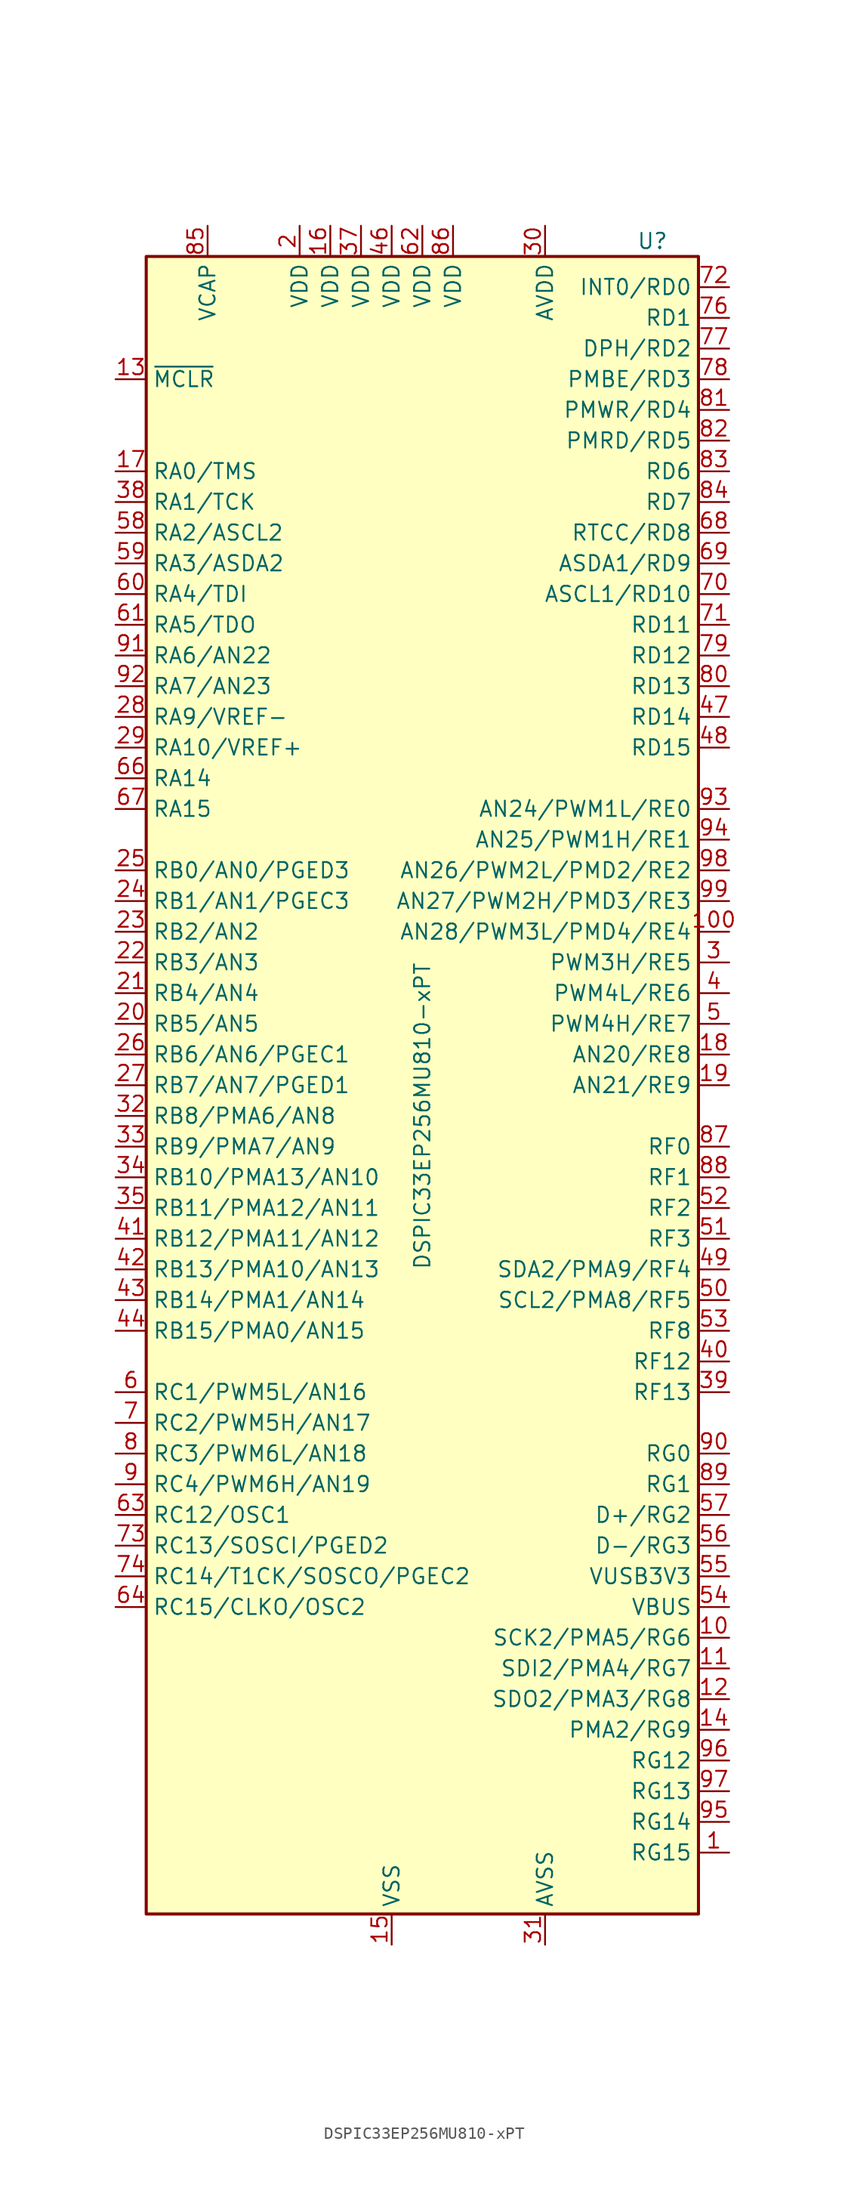
<source format=kicad_sym>
(kicad_symbol_lib
  (version 20211014)
  (generator kicad_symbol_editor)
  (symbol "DSPIC33EP256MU810-xPT"
    (property "Reference" "U"
      (at 19.05 69.85 0)
      (effects (font (size 1.27 1.27))))
    (property "Value" "DSPIC33EP256MU810-xPT"
      (at 0 -2.54 90)
      (effects (font (size 1.27 1.27))))
    (symbol "DSPIC33EP256MU810-xPT_0_1"
      (rectangle (start -22.86 68.58) (end 22.86 -68.58) (stroke (width 0.254) (type default) (color 0 0 0 0)) (fill (type background))))
    (symbol "DSPIC33EP256MU810-xPT_1_1"
      (pin bidirectional line (at 25.4 -63.5 180) (length 2.54) (name "RG15" (effects (font (size 1.27 1.27)))) (number "1" (effects (font (size 1.27 1.27)))))
      (pin bidirectional line (at 25.4 -45.72 180) (length 2.54) (name "SCK2/PMA5/RG6" (effects (font (size 1.27 1.27)))) (number "10" (effects (font (size 1.27 1.27)))))
      (pin bidirectional line (at 25.4 12.7 180) (length 2.54) (name "AN28/PWM3L/PMD4/RE4" (effects (font (size 1.27 1.27)))) (number "100" (effects (font (size 1.27 1.27)))))
      (pin bidirectional line (at 25.4 -48.26 180) (length 2.54) (name "SDI2/PMA4/RG7" (effects (font (size 1.27 1.27)))) (number "11" (effects (font (size 1.27 1.27)))))
      (pin bidirectional line (at 25.4 -50.8 180) (length 2.54) (name "SDO2/PMA3/RG8" (effects (font (size 1.27 1.27)))) (number "12" (effects (font (size 1.27 1.27)))))
      (pin input line (at -25.4 58.42 0) (length 2.54) (name "~{MCLR}" (effects (font (size 1.27 1.27)))) (number "13" (effects (font (size 1.27 1.27)))))
      (pin bidirectional line (at 25.4 -53.34 180) (length 2.54) (name "PMA2/RG9" (effects (font (size 1.27 1.27)))) (number "14" (effects (font (size 1.27 1.27)))))
      (pin power_in line (at -2.54 -71.12 90) (length 2.54) (name "VSS" (effects (font (size 1.27 1.27)))) (number "15" (effects (font (size 1.27 1.27)))))
      (pin power_in line (at -7.62 71.12 270) (length 2.54) (name "VDD" (effects (font (size 1.27 1.27)))) (number "16" (effects (font (size 1.27 1.27)))))
      (pin bidirectional line (at -25.4 50.8 0) (length 2.54) (name "RA0/TMS" (effects (font (size 1.27 1.27)))) (number "17" (effects (font (size 1.27 1.27)))))
      (pin bidirectional line (at 25.4 2.54 180) (length 2.54) (name "AN20/RE8" (effects (font (size 1.27 1.27)))) (number "18" (effects (font (size 1.27 1.27)))))
      (pin bidirectional line (at 25.4 0 180) (length 2.54) (name "AN21/RE9" (effects (font (size 1.27 1.27)))) (number "19" (effects (font (size 1.27 1.27)))))
      (pin power_in line (at -10.16 71.12 270) (length 2.54) (name "VDD" (effects (font (size 1.27 1.27)))) (number "2" (effects (font (size 1.27 1.27)))))
      (pin bidirectional line (at -25.4 5.08 0) (length 2.54) (name "RB5/AN5" (effects (font (size 1.27 1.27)))) (number "20" (effects (font (size 1.27 1.27)))))
      (pin bidirectional line (at -25.4 7.62 0) (length 2.54) (name "RB4/AN4" (effects (font (size 1.27 1.27)))) (number "21" (effects (font (size 1.27 1.27)))))
      (pin bidirectional line (at -25.4 10.16 0) (length 2.54) (name "RB3/AN3" (effects (font (size 1.27 1.27)))) (number "22" (effects (font (size 1.27 1.27)))))
      (pin bidirectional line (at -25.4 12.7 0) (length 2.54) (name "RB2/AN2" (effects (font (size 1.27 1.27)))) (number "23" (effects (font (size 1.27 1.27)))))
      (pin bidirectional line (at -25.4 15.24 0) (length 2.54) (name "RB1/AN1/PGEC3" (effects (font (size 1.27 1.27)))) (number "24" (effects (font (size 1.27 1.27)))))
      (pin bidirectional line (at -25.4 17.78 0) (length 2.54) (name "RB0/AN0/PGED3" (effects (font (size 1.27 1.27)))) (number "25" (effects (font (size 1.27 1.27)))))
      (pin bidirectional line (at -25.4 2.54 0) (length 2.54) (name "RB6/AN6/PGEC1" (effects (font (size 1.27 1.27)))) (number "26" (effects (font (size 1.27 1.27)))))
      (pin bidirectional line (at -25.4 0 0) (length 2.54) (name "RB7/AN7/PGED1" (effects (font (size 1.27 1.27)))) (number "27" (effects (font (size 1.27 1.27)))))
      (pin bidirectional line (at -25.4 30.48 0) (length 2.54) (name "RA9/VREF-" (effects (font (size 1.27 1.27)))) (number "28" (effects (font (size 1.27 1.27)))))
      (pin bidirectional line (at -25.4 27.94 0) (length 2.54) (name "RA10/VREF+" (effects (font (size 1.27 1.27)))) (number "29" (effects (font (size 1.27 1.27)))))
      (pin bidirectional line (at 25.4 10.16 180) (length 2.54) (name "PWM3H/RE5" (effects (font (size 1.27 1.27)))) (number "3" (effects (font (size 1.27 1.27)))))
      (pin power_in line (at 10.16 71.12 270) (length 2.54) (name "AVDD" (effects (font (size 1.27 1.27)))) (number "30" (effects (font (size 1.27 1.27)))))
      (pin power_in line (at 10.16 -71.12 90) (length 2.54) (name "AVSS" (effects (font (size 1.27 1.27)))) (number "31" (effects (font (size 1.27 1.27)))))
      (pin bidirectional line (at -25.4 -2.54 0) (length 2.54) (name "RB8/PMA6/AN8" (effects (font (size 1.27 1.27)))) (number "32" (effects (font (size 1.27 1.27)))))
      (pin bidirectional line (at -25.4 -5.08 0) (length 2.54) (name "RB9/PMA7/AN9" (effects (font (size 1.27 1.27)))) (number "33" (effects (font (size 1.27 1.27)))))
      (pin bidirectional line (at -25.4 -7.62 0) (length 2.54) (name "RB10/PMA13/AN10" (effects (font (size 1.27 1.27)))) (number "34" (effects (font (size 1.27 1.27)))))
      (pin bidirectional line (at -25.4 -10.16 0) (length 2.54) (name "RB11/PMA12/AN11" (effects (font (size 1.27 1.27)))) (number "35" (effects (font (size 1.27 1.27)))))
      (pin passive line (at -2.54 -71.12 90) (length 2.54) hide (name "VSS" (effects (font (size 1.27 1.27)))) (number "36" (effects (font (size 1.27 1.27)))))
      (pin power_in line (at -5.08 71.12 270) (length 2.54) (name "VDD" (effects (font (size 1.27 1.27)))) (number "37" (effects (font (size 1.27 1.27)))))
      (pin bidirectional line (at -25.4 48.26 0) (length 2.54) (name "RA1/TCK" (effects (font (size 1.27 1.27)))) (number "38" (effects (font (size 1.27 1.27)))))
      (pin bidirectional line (at 25.4 -25.4 180) (length 2.54) (name "RF13" (effects (font (size 1.27 1.27)))) (number "39" (effects (font (size 1.27 1.27)))))
      (pin bidirectional line (at 25.4 7.62 180) (length 2.54) (name "PWM4L/RE6" (effects (font (size 1.27 1.27)))) (number "4" (effects (font (size 1.27 1.27)))))
      (pin bidirectional line (at 25.4 -22.86 180) (length 2.54) (name "RF12" (effects (font (size 1.27 1.27)))) (number "40" (effects (font (size 1.27 1.27)))))
      (pin bidirectional line (at -25.4 -12.7 0) (length 2.54) (name "RB12/PMA11/AN12" (effects (font (size 1.27 1.27)))) (number "41" (effects (font (size 1.27 1.27)))))
      (pin bidirectional line (at -25.4 -15.24 0) (length 2.54) (name "RB13/PMA10/AN13" (effects (font (size 1.27 1.27)))) (number "42" (effects (font (size 1.27 1.27)))))
      (pin bidirectional line (at -25.4 -17.78 0) (length 2.54) (name "RB14/PMA1/AN14" (effects (font (size 1.27 1.27)))) (number "43" (effects (font (size 1.27 1.27)))))
      (pin bidirectional line (at -25.4 -20.32 0) (length 2.54) (name "RB15/PMA0/AN15" (effects (font (size 1.27 1.27)))) (number "44" (effects (font (size 1.27 1.27)))))
      (pin passive line (at -2.54 -71.12 90) (length 2.54) hide (name "VSS" (effects (font (size 1.27 1.27)))) (number "45" (effects (font (size 1.27 1.27)))))
      (pin power_in line (at -2.54 71.12 270) (length 2.54) (name "VDD" (effects (font (size 1.27 1.27)))) (number "46" (effects (font (size 1.27 1.27)))))
      (pin bidirectional line (at 25.4 30.48 180) (length 2.54) (name "RD14" (effects (font (size 1.27 1.27)))) (number "47" (effects (font (size 1.27 1.27)))))
      (pin bidirectional line (at 25.4 27.94 180) (length 2.54) (name "RD15" (effects (font (size 1.27 1.27)))) (number "48" (effects (font (size 1.27 1.27)))))
      (pin bidirectional line (at 25.4 -15.24 180) (length 2.54) (name "SDA2/PMA9/RF4" (effects (font (size 1.27 1.27)))) (number "49" (effects (font (size 1.27 1.27)))))
      (pin bidirectional line (at 25.4 5.08 180) (length 2.54) (name "PWM4H/RE7" (effects (font (size 1.27 1.27)))) (number "5" (effects (font (size 1.27 1.27)))))
      (pin bidirectional line (at 25.4 -17.78 180) (length 2.54) (name "SCL2/PMA8/RF5" (effects (font (size 1.27 1.27)))) (number "50" (effects (font (size 1.27 1.27)))))
      (pin bidirectional line (at 25.4 -12.7 180) (length 2.54) (name "RF3" (effects (font (size 1.27 1.27)))) (number "51" (effects (font (size 1.27 1.27)))))
      (pin bidirectional line (at 25.4 -10.16 180) (length 2.54) (name "RF2" (effects (font (size 1.27 1.27)))) (number "52" (effects (font (size 1.27 1.27)))))
      (pin bidirectional line (at 25.4 -20.32 180) (length 2.54) (name "RF8" (effects (font (size 1.27 1.27)))) (number "53" (effects (font (size 1.27 1.27)))))
      (pin bidirectional line (at 25.4 -43.18 180) (length 2.54) (name "VBUS" (effects (font (size 1.27 1.27)))) (number "54" (effects (font (size 1.27 1.27)))))
      (pin bidirectional line (at 25.4 -40.64 180) (length 2.54) (name "VUSB3V3" (effects (font (size 1.27 1.27)))) (number "55" (effects (font (size 1.27 1.27)))))
      (pin bidirectional line (at 25.4 -38.1 180) (length 2.54) (name "D-/RG3" (effects (font (size 1.27 1.27)))) (number "56" (effects (font (size 1.27 1.27)))))
      (pin bidirectional line (at 25.4 -35.56 180) (length 2.54) (name "D+/RG2" (effects (font (size 1.27 1.27)))) (number "57" (effects (font (size 1.27 1.27)))))
      (pin bidirectional line (at -25.4 45.72 0) (length 2.54) (name "RA2/ASCL2" (effects (font (size 1.27 1.27)))) (number "58" (effects (font (size 1.27 1.27)))))
      (pin bidirectional line (at -25.4 43.18 0) (length 2.54) (name "RA3/ASDA2" (effects (font (size 1.27 1.27)))) (number "59" (effects (font (size 1.27 1.27)))))
      (pin bidirectional line (at -25.4 -25.4 0) (length 2.54) (name "RC1/PWM5L/AN16" (effects (font (size 1.27 1.27)))) (number "6" (effects (font (size 1.27 1.27)))))
      (pin bidirectional line (at -25.4 40.64 0) (length 2.54) (name "RA4/TDI" (effects (font (size 1.27 1.27)))) (number "60" (effects (font (size 1.27 1.27)))))
      (pin bidirectional line (at -25.4 38.1 0) (length 2.54) (name "RA5/TDO" (effects (font (size 1.27 1.27)))) (number "61" (effects (font (size 1.27 1.27)))))
      (pin power_in line (at 0 71.12 270) (length 2.54) (name "VDD" (effects (font (size 1.27 1.27)))) (number "62" (effects (font (size 1.27 1.27)))))
      (pin bidirectional line (at -25.4 -35.56 0) (length 2.54) (name "RC12/OSC1" (effects (font (size 1.27 1.27)))) (number "63" (effects (font (size 1.27 1.27)))))
      (pin bidirectional line (at -25.4 -43.18 0) (length 2.54) (name "RC15/CLKO/OSC2" (effects (font (size 1.27 1.27)))) (number "64" (effects (font (size 1.27 1.27)))))
      (pin passive line (at -2.54 -71.12 90) (length 2.54) hide (name "VSS" (effects (font (size 1.27 1.27)))) (number "65" (effects (font (size 1.27 1.27)))))
      (pin bidirectional line (at -25.4 25.4 0) (length 2.54) (name "RA14" (effects (font (size 1.27 1.27)))) (number "66" (effects (font (size 1.27 1.27)))))
      (pin bidirectional line (at -25.4 22.86 0) (length 2.54) (name "RA15" (effects (font (size 1.27 1.27)))) (number "67" (effects (font (size 1.27 1.27)))))
      (pin bidirectional line (at 25.4 45.72 180) (length 2.54) (name "RTCC/RD8" (effects (font (size 1.27 1.27)))) (number "68" (effects (font (size 1.27 1.27)))))
      (pin bidirectional line (at 25.4 43.18 180) (length 2.54) (name "ASDA1/RD9" (effects (font (size 1.27 1.27)))) (number "69" (effects (font (size 1.27 1.27)))))
      (pin bidirectional line (at -25.4 -27.94 0) (length 2.54) (name "RC2/PWM5H/AN17" (effects (font (size 1.27 1.27)))) (number "7" (effects (font (size 1.27 1.27)))))
      (pin bidirectional line (at 25.4 40.64 180) (length 2.54) (name "ASCL1/RD10" (effects (font (size 1.27 1.27)))) (number "70" (effects (font (size 1.27 1.27)))))
      (pin bidirectional line (at 25.4 38.1 180) (length 2.54) (name "RD11" (effects (font (size 1.27 1.27)))) (number "71" (effects (font (size 1.27 1.27)))))
      (pin bidirectional line (at 25.4 66.04 180) (length 2.54) (name "INT0/RD0" (effects (font (size 1.27 1.27)))) (number "72" (effects (font (size 1.27 1.27)))))
      (pin bidirectional line (at -25.4 -38.1 0) (length 2.54) (name "RC13/SOSCI/PGED2" (effects (font (size 1.27 1.27)))) (number "73" (effects (font (size 1.27 1.27)))))
      (pin bidirectional line (at -25.4 -40.64 0) (length 2.54) (name "RC14/T1CK/SOSCO/PGEC2" (effects (font (size 1.27 1.27)))) (number "74" (effects (font (size 1.27 1.27)))))
      (pin passive line (at -2.54 -71.12 90) (length 2.54) hide (name "VSS" (effects (font (size 1.27 1.27)))) (number "75" (effects (font (size 1.27 1.27)))))
      (pin bidirectional line (at 25.4 63.5 180) (length 2.54) (name "RD1" (effects (font (size 1.27 1.27)))) (number "76" (effects (font (size 1.27 1.27)))))
      (pin bidirectional line (at 25.4 60.96 180) (length 2.54) (name "DPH/RD2" (effects (font (size 1.27 1.27)))) (number "77" (effects (font (size 1.27 1.27)))))
      (pin bidirectional line (at 25.4 58.42 180) (length 2.54) (name "PMBE/RD3" (effects (font (size 1.27 1.27)))) (number "78" (effects (font (size 1.27 1.27)))))
      (pin bidirectional line (at 25.4 35.56 180) (length 2.54) (name "RD12" (effects (font (size 1.27 1.27)))) (number "79" (effects (font (size 1.27 1.27)))))
      (pin bidirectional line (at -25.4 -30.48 0) (length 2.54) (name "RC3/PWM6L/AN18" (effects (font (size 1.27 1.27)))) (number "8" (effects (font (size 1.27 1.27)))))
      (pin bidirectional line (at 25.4 33.02 180) (length 2.54) (name "RD13" (effects (font (size 1.27 1.27)))) (number "80" (effects (font (size 1.27 1.27)))))
      (pin bidirectional line (at 25.4 55.88 180) (length 2.54) (name "PMWR/RD4" (effects (font (size 1.27 1.27)))) (number "81" (effects (font (size 1.27 1.27)))))
      (pin bidirectional line (at 25.4 53.34 180) (length 2.54) (name "PMRD/RD5" (effects (font (size 1.27 1.27)))) (number "82" (effects (font (size 1.27 1.27)))))
      (pin bidirectional line (at 25.4 50.8 180) (length 2.54) (name "RD6" (effects (font (size 1.27 1.27)))) (number "83" (effects (font (size 1.27 1.27)))))
      (pin bidirectional line (at 25.4 48.26 180) (length 2.54) (name "RD7" (effects (font (size 1.27 1.27)))) (number "84" (effects (font (size 1.27 1.27)))))
      (pin passive line (at -17.78 71.12 270) (length 2.54) (name "VCAP" (effects (font (size 1.27 1.27)))) (number "85" (effects (font (size 1.27 1.27)))))
      (pin power_in line (at 2.54 71.12 270) (length 2.54) (name "VDD" (effects (font (size 1.27 1.27)))) (number "86" (effects (font (size 1.27 1.27)))))
      (pin bidirectional line (at 25.4 -5.08 180) (length 2.54) (name "RF0" (effects (font (size 1.27 1.27)))) (number "87" (effects (font (size 1.27 1.27)))))
      (pin bidirectional line (at 25.4 -7.62 180) (length 2.54) (name "RF1" (effects (font (size 1.27 1.27)))) (number "88" (effects (font (size 1.27 1.27)))))
      (pin bidirectional line (at 25.4 -33.02 180) (length 2.54) (name "RG1" (effects (font (size 1.27 1.27)))) (number "89" (effects (font (size 1.27 1.27)))))
      (pin bidirectional line (at -25.4 -33.02 0) (length 2.54) (name "RC4/PWM6H/AN19" (effects (font (size 1.27 1.27)))) (number "9" (effects (font (size 1.27 1.27)))))
      (pin bidirectional line (at 25.4 -30.48 180) (length 2.54) (name "RG0" (effects (font (size 1.27 1.27)))) (number "90" (effects (font (size 1.27 1.27)))))
      (pin bidirectional line (at -25.4 35.56 0) (length 2.54) (name "RA6/AN22" (effects (font (size 1.27 1.27)))) (number "91" (effects (font (size 1.27 1.27)))))
      (pin bidirectional line (at -25.4 33.02 0) (length 2.54) (name "RA7/AN23" (effects (font (size 1.27 1.27)))) (number "92" (effects (font (size 1.27 1.27)))))
      (pin bidirectional line (at 25.4 22.86 180) (length 2.54) (name "AN24/PWM1L/RE0" (effects (font (size 1.27 1.27)))) (number "93" (effects (font (size 1.27 1.27)))))
      (pin bidirectional line (at 25.4 20.32 180) (length 2.54) (name "AN25/PWM1H/RE1" (effects (font (size 1.27 1.27)))) (number "94" (effects (font (size 1.27 1.27)))))
      (pin bidirectional line (at 25.4 -60.96 180) (length 2.54) (name "RG14" (effects (font (size 1.27 1.27)))) (number "95" (effects (font (size 1.27 1.27)))))
      (pin bidirectional line (at 25.4 -55.88 180) (length 2.54) (name "RG12" (effects (font (size 1.27 1.27)))) (number "96" (effects (font (size 1.27 1.27)))))
      (pin bidirectional line (at 25.4 -58.42 180) (length 2.54) (name "RG13" (effects (font (size 1.27 1.27)))) (number "97" (effects (font (size 1.27 1.27)))))
      (pin bidirectional line (at 25.4 17.78 180) (length 2.54) (name "AN26/PWM2L/PMD2/RE2" (effects (font (size 1.27 1.27)))) (number "98" (effects (font (size 1.27 1.27)))))
      (pin bidirectional line (at 25.4 15.24 180) (length 2.54) (name "AN27/PWM2H/PMD3/RE3" (effects (font (size 1.27 1.27)))) (number "99" (effects (font (size 1.27 1.27))))))))
</source>
